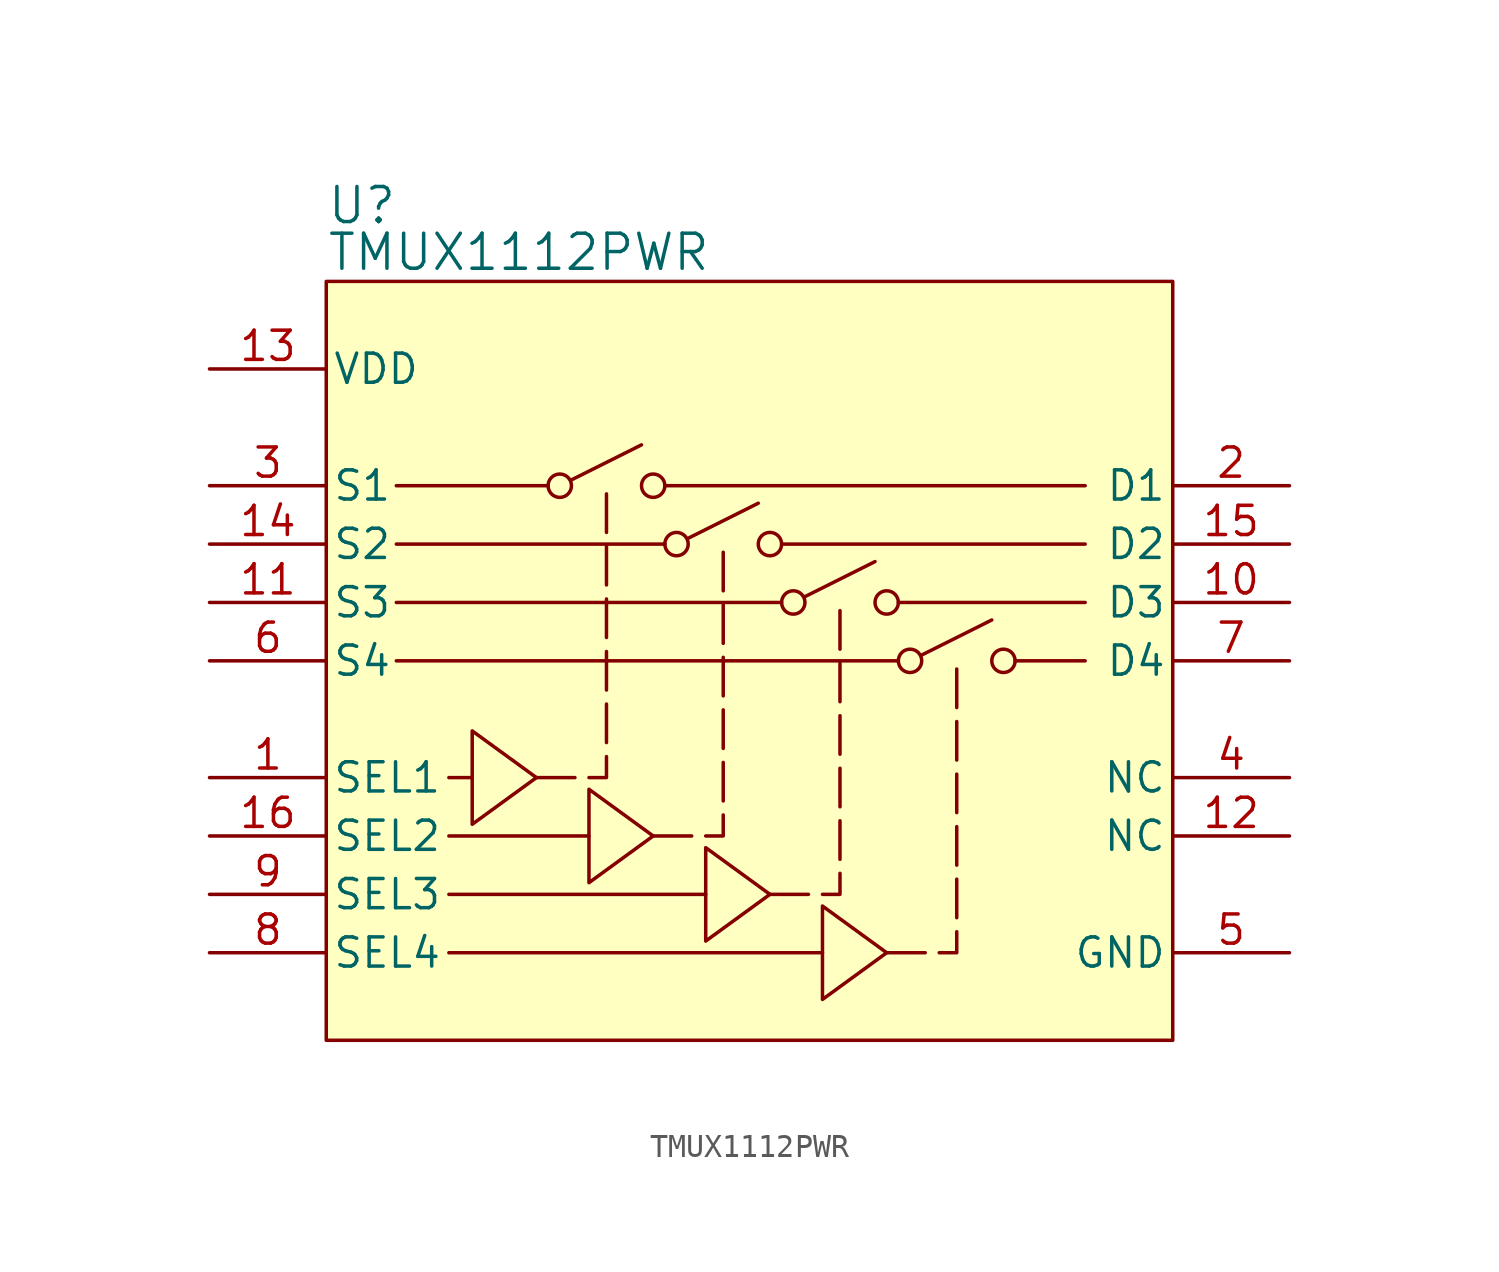
<source format=kicad_sym>
(kicad_symbol_lib
  (version 20241209)
  (generator "kicad_symbol_editor")
  (generator_version "9.0")
  (symbol "TMUX1112PWR"
    (pin_names
      (offset 0.254))
    (property "Reference" "U"
      (at 0 36.322 0)
      (effects (font (size 1.524 1.524)) (justify left)))
    (property "Value" "TMUX1112PWR"
      (at 0 34.29 0)
      (effects (font (size 1.524 1.524)) (justify left)))
    (symbol "TMUX1112PWR_0_0"
      (circle (center 10.16 24.13) (radius 0.508) (stroke (width 0) (type default)) (fill (type none)))
      (polyline (pts (xy 10.668 24.384) (xy 13.716 25.908)) (stroke (width 0) (type default)) (fill (type none)))
      (circle (center 14.224 24.13) (radius 0.508) (stroke (width 0) (type default)) (fill (type none)))
      (circle (center 15.24 21.59) (radius 0.508) (stroke (width 0) (type default)) (fill (type none)))
      (polyline (pts (xy 15.748 21.844) (xy 18.796 23.368)) (stroke (width 0) (type default)) (fill (type none)))
      (circle (center 19.304 21.59) (radius 0.508) (stroke (width 0) (type default)) (fill (type none)))
      (circle (center 20.32 19.05) (radius 0.508) (stroke (width 0) (type default)) (fill (type none)))
      (polyline (pts (xy 20.828 19.304) (xy 23.876 20.828)) (stroke (width 0) (type default)) (fill (type none)))
      (circle (center 24.384 19.05) (radius 0.508) (stroke (width 0) (type default)) (fill (type none)))
      (circle (center 25.4 16.51) (radius 0.508) (stroke (width 0) (type default)) (fill (type none)))
      (polyline (pts (xy 25.908 16.764) (xy 28.956 18.288)) (stroke (width 0) (type default)) (fill (type none)))
      (circle (center 29.464 16.51) (radius 0.508) (stroke (width 0) (type default)) (fill (type none))))
    (symbol "TMUX1112PWR_0_1"
      (pin power_in line (at -5.08 29.21 0) (length 5.08) (name "VDD" (effects (font (size 1.27 1.27)))) (number "13" (effects (font (size 1.27 1.27)))))
      (pin bidirectional line (at -5.08 24.13 0) (length 5.08) (name "S1" (effects (font (size 1.27 1.27)))) (number "3" (effects (font (size 1.27 1.27)))))
      (pin bidirectional line (at -5.08 21.59 0) (length 5.08) (name "S2" (effects (font (size 1.27 1.27)))) (number "14" (effects (font (size 1.27 1.27)))))
      (pin bidirectional line (at -5.08 19.05 0) (length 5.08) (name "S3" (effects (font (size 1.27 1.27)))) (number "11" (effects (font (size 1.27 1.27)))))
      (pin bidirectional line (at -5.08 16.51 0) (length 5.08) (name "S4" (effects (font (size 1.27 1.27)))) (number "6" (effects (font (size 1.27 1.27)))))
      (pin input line (at -5.08 11.43 0) (length 5.08) (name "SEL1" (effects (font (size 1.27 1.27)))) (number "1" (effects (font (size 1.27 1.27)))))
      (pin input line (at -5.08 8.89 0) (length 5.08) (name "SEL2" (effects (font (size 1.27 1.27)))) (number "16" (effects (font (size 1.27 1.27)))))
      (pin input line (at -5.08 6.35 0) (length 5.08) (name "SEL3" (effects (font (size 1.27 1.27)))) (number "9" (effects (font (size 1.27 1.27)))))
      (pin input line (at -5.08 3.81 0) (length 5.08) (name "SEL4" (effects (font (size 1.27 1.27)))) (number "8" (effects (font (size 1.27 1.27)))))
      (pin bidirectional line (at 41.91 24.13 180) (length 5.08) (name "D1" (effects (font (size 1.27 1.27)))) (number "2" (effects (font (size 1.27 1.27)))))
      (pin bidirectional line (at 41.91 21.59 180) (length 5.08) (name "D2" (effects (font (size 1.27 1.27)))) (number "15" (effects (font (size 1.27 1.27)))))
      (pin bidirectional line (at 41.91 19.05 180) (length 5.08) (name "D3" (effects (font (size 1.27 1.27)))) (number "10" (effects (font (size 1.27 1.27)))))
      (pin bidirectional line (at 41.91 16.51 180) (length 5.08) (name "D4" (effects (font (size 1.27 1.27)))) (number "7" (effects (font (size 1.27 1.27)))))
      (pin unspecified line (at 41.91 11.43 180) (length 5.08) (name "NC" (effects (font (size 1.27 1.27)))) (number "4" (effects (font (size 1.27 1.27)))))
      (pin unspecified line (at 41.91 8.89 180) (length 5.08) (name "NC" (effects (font (size 1.27 1.27)))) (number "12" (effects (font (size 1.27 1.27)))))
      (pin power_in line (at 41.91 3.81 180) (length 5.08) (name "GND" (effects (font (size 1.27 1.27)))) (number "5" (effects (font (size 1.27 1.27))))))
    (symbol "TMUX1112PWR_1_1"
      (rectangle (start 0 33.02) (end 36.83 0) (stroke (width 0) (type default)) (fill (type background)))
      (polyline (pts (xy 5.334 11.43) (xy 6.35 11.43)) (stroke (width 0) (type default)) (fill (type none)))
      (polyline (pts (xy 5.334 8.89) (xy 11.43 8.89)) (stroke (width 0) (type default)) (fill (type none)))
      (polyline (pts (xy 5.334 6.35) (xy 16.51 6.35)) (stroke (width 0) (type default)) (fill (type none)))
      (polyline (pts (xy 5.334 3.81) (xy 21.59 3.81)) (stroke (width 0) (type default)) (fill (type none)))
      (polyline (pts (xy 6.35 9.398) (xy 6.35 13.462) (xy 9.144 11.43) (xy 6.35 9.398)) (stroke (width 0) (type default)) (fill (type none)))
      (polyline (pts (xy 9.144 11.43) (xy 12.192 11.43) (xy 12.192 24.13)) (stroke (width 0) (type dash)) (fill (type none)))
      (polyline (pts (xy 9.652 24.13) (xy 3.048 24.13)) (stroke (width 0) (type default)) (fill (type none)))
      (polyline (pts (xy 11.43 6.858) (xy 11.43 10.922) (xy 14.224 8.89) (xy 11.43 6.858)) (stroke (width 0) (type default)) (fill (type none)))
      (polyline (pts (xy 14.224 8.89) (xy 17.272 8.89) (xy 17.272 21.59)) (stroke (width 0) (type dash)) (fill (type none)))
      (polyline (pts (xy 14.732 24.13) (xy 33.02 24.13)) (stroke (width 0) (type default)) (fill (type none)))
      (polyline (pts (xy 14.732 21.59) (xy 3.048 21.59)) (stroke (width 0) (type default)) (fill (type none)))
      (polyline (pts (xy 16.51 4.318) (xy 16.51 8.382) (xy 19.304 6.35) (xy 16.51 4.318)) (stroke (width 0) (type default)) (fill (type none)))
      (polyline (pts (xy 19.304 6.35) (xy 22.352 6.35) (xy 22.352 19.05)) (stroke (width 0) (type dash)) (fill (type none)))
      (polyline (pts (xy 19.812 21.59) (xy 33.02 21.59)) (stroke (width 0) (type default)) (fill (type none)))
      (polyline (pts (xy 19.812 19.05) (xy 3.048 19.05)) (stroke (width 0) (type default)) (fill (type none)))
      (polyline (pts (xy 21.59 1.778) (xy 21.59 5.842) (xy 24.384 3.81) (xy 21.59 1.778)) (stroke (width 0) (type default)) (fill (type none)))
      (polyline (pts (xy 24.384 3.81) (xy 27.432 3.81) (xy 27.432 16.51)) (stroke (width 0) (type dash)) (fill (type none)))
      (polyline (pts (xy 24.892 19.05) (xy 33.02 19.05)) (stroke (width 0) (type default)) (fill (type none)))
      (polyline (pts (xy 24.892 16.51) (xy 3.048 16.51)) (stroke (width 0) (type default)) (fill (type none)))
      (polyline (pts (xy 29.972 16.51) (xy 33.02 16.51)) (stroke (width 0) (type default)) (fill (type none))))))
</source>
